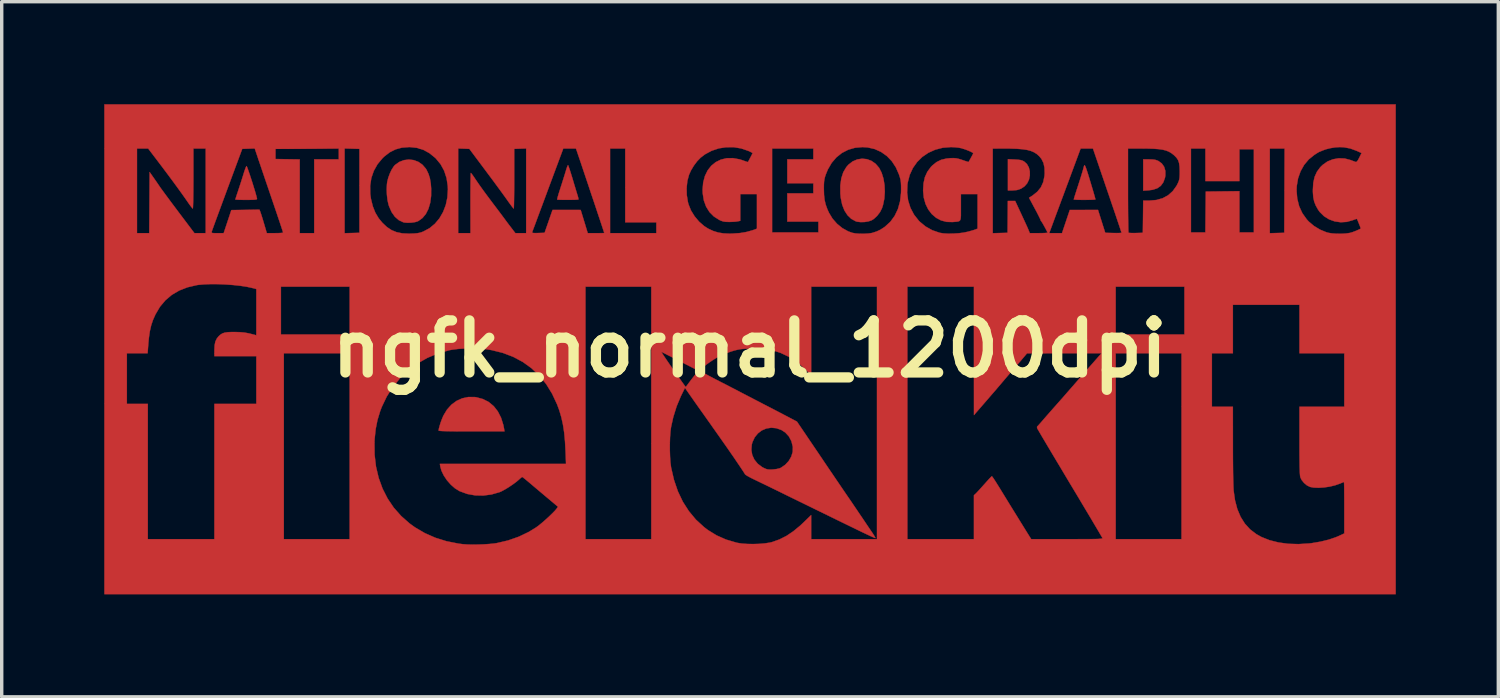
<source format=kicad_pcb>
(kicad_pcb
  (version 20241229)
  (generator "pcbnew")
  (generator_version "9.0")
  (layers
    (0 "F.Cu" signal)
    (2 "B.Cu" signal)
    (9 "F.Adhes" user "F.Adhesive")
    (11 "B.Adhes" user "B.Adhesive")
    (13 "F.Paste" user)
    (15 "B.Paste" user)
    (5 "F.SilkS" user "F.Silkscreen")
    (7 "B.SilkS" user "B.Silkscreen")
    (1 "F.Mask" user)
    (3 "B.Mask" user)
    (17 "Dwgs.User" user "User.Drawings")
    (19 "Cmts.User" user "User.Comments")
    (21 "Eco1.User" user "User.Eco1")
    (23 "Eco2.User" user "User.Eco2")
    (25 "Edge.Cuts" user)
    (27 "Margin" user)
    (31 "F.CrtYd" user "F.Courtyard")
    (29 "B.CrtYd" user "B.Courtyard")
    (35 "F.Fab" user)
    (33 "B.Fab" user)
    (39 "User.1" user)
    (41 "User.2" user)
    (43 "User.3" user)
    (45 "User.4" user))
  (footprint "ngfk_normal_1200dpi"
    (layer "F.Cu")
    (at 18.886 7.159)
    (property "Reference" "ngfk_normal_1200dpi" (at 0 0 0) (layer "F.SilkS") (effects (font (size 1.524 1.524) (thickness 0.3))))
    (attr through_hole)
    (fp_poly (pts (xy 11.792 -5.543) (xy 11.867 -5.533) (xy 11.929 -5.512) (xy 11.96 -5.498) (xy 12.059 -5.426) (xy 12.128 -5.328) (xy 12.163 -5.208) (xy 12.163 -5.072) (xy 12.152 -5.008) (xy 12.104 -4.875) (xy 12.03 -4.773) (xy 11.927 -4.7) (xy 11.793 -4.656) (xy 11.67 -4.64) (xy 11.515 -4.63) (xy 11.515 -5.546) (xy 11.69 -5.546) (xy 11.792 -5.543)) (stroke (width 0.01) (type solid)) (fill yes) (layer "F.Cu"))
    (fp_poly (pts (xy 7.753 -5.542) (xy 7.857 -5.535) (xy 7.931 -5.525) (xy 7.986 -5.507) (xy 8.029 -5.485) (xy 8.112 -5.41) (xy 8.168 -5.311) (xy 8.197 -5.197) (xy 8.198 -5.075) (xy 8.173 -4.955) (xy 8.12 -4.845) (xy 8.042 -4.756) (xy 7.939 -4.687) (xy 7.821 -4.648) (xy 7.678 -4.636) (xy 7.676 -4.636) (xy 7.556 -4.636) (xy 7.556 -5.551) (xy 7.753 -5.542)) (stroke (width 0.01) (type solid)) (fill yes) (layer "F.Cu"))
    (fp_poly (pts (xy -8.045 1.409) (xy -7.996 1.416) (xy -7.804 1.468) (xy -7.636 1.554) (xy -7.49 1.675) (xy -7.37 1.828) (xy -7.275 2.013) (xy -7.208 2.227) (xy -7.187 2.334) (xy -7.174 2.413) (xy -8.138 2.413) (xy -8.386 2.413) (xy -8.595 2.412) (xy -8.764 2.41) (xy -8.897 2.407) (xy -8.996 2.404) (xy -9.061 2.399) (xy -9.095 2.394) (xy -9.102 2.39) (xy -9.094 2.333) (xy -9.072 2.251) (xy -9.042 2.153) (xy -9.005 2.054) (xy -8.967 1.964) (xy -8.963 1.954) (xy -8.858 1.779) (xy -8.729 1.634) (xy -8.58 1.523) (xy -8.413 1.447) (xy -8.234 1.408) (xy -8.045 1.409)) (stroke (width 0.01) (type solid)) (fill yes) (layer "F.Cu"))
    (fp_poly (pts (xy -14.711 -5.332) (xy -14.691 -5.28) (xy -14.663 -5.201) (xy -14.629 -5.102) (xy -14.592 -4.989) (xy -14.553 -4.869) (xy -14.516 -4.749) (xy -14.481 -4.636) (xy -14.452 -4.536) (xy -14.43 -4.456) (xy -14.417 -4.402) (xy -14.415 -4.387) (xy -14.426 -4.376) (xy -14.461 -4.368) (xy -14.526 -4.363) (xy -14.624 -4.361) (xy -14.732 -4.36) (xy -14.842 -4.361) (xy -14.936 -4.363) (xy -15.006 -4.366) (xy -15.044 -4.37) (xy -15.05 -4.372) (xy -15.043 -4.396) (xy -15.026 -4.451) (xy -15 -4.53) (xy -14.968 -4.625) (xy -14.966 -4.632) (xy -14.924 -4.759) (xy -14.878 -4.901) (xy -14.835 -5.038) (xy -14.812 -5.112) (xy -14.783 -5.204) (xy -14.756 -5.28) (xy -14.734 -5.332) (xy -14.721 -5.35) (xy -14.711 -5.332)) (stroke (width 0.01) (type solid)) (fill yes) (layer "F.Cu"))
    (fp_poly (pts (xy 3.43 -5.552) (xy 3.564 -5.502) (xy 3.685 -5.417) (xy 3.788 -5.297) (xy 3.789 -5.296) (xy 3.862 -5.152) (xy 3.915 -4.981) (xy 3.946 -4.791) (xy 3.954 -4.593) (xy 3.94 -4.395) (xy 3.901 -4.208) (xy 3.873 -4.12) (xy 3.815 -4.005) (xy 3.733 -3.897) (xy 3.638 -3.808) (xy 3.569 -3.763) (xy 3.478 -3.732) (xy 3.365 -3.713) (xy 3.247 -3.71) (xy 3.143 -3.722) (xy 3.106 -3.733) (xy 2.973 -3.805) (xy 2.862 -3.912) (xy 2.772 -4.051) (xy 2.706 -4.222) (xy 2.665 -4.421) (xy 2.653 -4.546) (xy 2.652 -4.784) (xy 2.682 -4.993) (xy 2.74 -5.171) (xy 2.829 -5.321) (xy 2.889 -5.39) (xy 3.013 -5.486) (xy 3.148 -5.544) (xy 3.289 -5.566) (xy 3.43 -5.552)) (stroke (width 0.01) (type solid)) (fill yes) (layer "F.Cu"))
    (fp_poly (pts (xy 9.814 -5.357) (xy 9.836 -5.306) (xy 9.863 -5.229) (xy 9.893 -5.138) (xy 9.934 -5.004) (xy 9.975 -4.868) (xy 10.014 -4.737) (xy 10.05 -4.617) (xy 10.08 -4.514) (xy 10.102 -4.435) (xy 10.115 -4.387) (xy 10.118 -4.374) (xy 10.098 -4.369) (xy 10.043 -4.365) (xy 9.96 -4.362) (xy 9.857 -4.361) (xy 9.8 -4.36) (xy 9.69 -4.361) (xy 9.596 -4.363) (xy 9.526 -4.367) (xy 9.488 -4.371) (xy 9.483 -4.373) (xy 9.489 -4.396) (xy 9.506 -4.454) (xy 9.533 -4.539) (xy 9.567 -4.646) (xy 9.607 -4.769) (xy 9.619 -4.806) (xy 9.661 -4.937) (xy 9.699 -5.059) (xy 9.731 -5.164) (xy 9.755 -5.245) (xy 9.768 -5.295) (xy 9.77 -5.301) (xy 9.783 -5.35) (xy 9.799 -5.375) (xy 9.801 -5.376) (xy 9.814 -5.357)) (stroke (width 0.01) (type solid)) (fill yes) (layer "F.Cu"))
    (fp_poly (pts (xy -9.83 -5.524) (xy -9.696 -5.474) (xy -9.576 -5.39) (xy -9.477 -5.276) (xy -9.453 -5.236) (xy -9.397 -5.118) (xy -9.357 -4.991) (xy -9.332 -4.844) (xy -9.32 -4.697) (xy -9.321 -4.476) (xy -9.348 -4.275) (xy -9.4 -4.098) (xy -9.476 -3.948) (xy -9.575 -3.829) (xy -9.694 -3.743) (xy -9.712 -3.734) (xy -9.79 -3.71) (xy -9.892 -3.695) (xy -10 -3.69) (xy -10.097 -3.697) (xy -10.137 -3.706) (xy -10.268 -3.768) (xy -10.382 -3.868) (xy -10.477 -4.003) (xy -10.552 -4.174) (xy -10.57 -4.231) (xy -10.598 -4.359) (xy -10.615 -4.512) (xy -10.621 -4.67) (xy -10.614 -4.818) (xy -10.606 -4.883) (xy -10.577 -5.001) (xy -10.533 -5.123) (xy -10.48 -5.237) (xy -10.422 -5.33) (xy -10.38 -5.38) (xy -10.254 -5.47) (xy -10.116 -5.523) (xy -9.972 -5.541) (xy -9.83 -5.524)) (stroke (width 0.01) (type solid)) (fill yes) (layer "F.Cu"))
    (fp_poly (pts (xy -5.305 -5.357) (xy -5.286 -5.303) (xy -5.258 -5.22) (xy -5.225 -5.115) (xy -5.187 -4.993) (xy -5.177 -4.958) (xy -5.138 -4.827) (xy -5.101 -4.704) (xy -5.069 -4.598) (xy -5.044 -4.516) (xy -5.028 -4.466) (xy -5.027 -4.462) (xy -5.013 -4.409) (xy -5.01 -4.375) (xy -5.012 -4.372) (xy -5.036 -4.368) (xy -5.093 -4.364) (xy -5.174 -4.362) (xy -5.269 -4.361) (xy -5.369 -4.361) (xy -5.465 -4.361) (xy -5.547 -4.363) (xy -5.606 -4.366) (xy -5.633 -4.37) (xy -5.633 -4.37) (xy -5.63 -4.392) (xy -5.616 -4.448) (xy -5.592 -4.531) (xy -5.56 -4.633) (xy -5.531 -4.725) (xy -5.49 -4.852) (xy -5.45 -4.979) (xy -5.414 -5.094) (xy -5.386 -5.185) (xy -5.375 -5.223) (xy -5.352 -5.296) (xy -5.331 -5.35) (xy -5.317 -5.376) (xy -5.315 -5.376) (xy -5.305 -5.357)) (stroke (width 0.01) (type solid)) (fill yes) (layer "F.Cu"))
    (fp_poly (pts (xy 18.902 7.176) (xy -18.881 7.176) (xy -18.881 0.127) (xy -18.224 0.127) (xy -18.224 1.609) (xy -17.611 1.609) (xy -17.611 5.567) (xy -15.663 5.567) (xy -15.663 1.609) (xy -14.436 1.609) (xy -14.436 0.212) (xy -15.663 0.212) (xy -15.663 0.127) (xy -13.631 0.127) (xy -13.631 5.567) (xy -11.705 5.567) (xy -11.705 2.733) (xy -10.979 2.733) (xy -10.975 3.097) (xy -10.934 3.445) (xy -10.856 3.775) (xy -10.743 4.087) (xy -10.595 4.378) (xy -10.414 4.646) (xy -10.199 4.889) (xy -9.952 5.107) (xy -9.794 5.221) (xy -9.504 5.391) (xy -9.198 5.526) (xy -8.871 5.628) (xy -8.519 5.698) (xy -8.391 5.714) (xy -8.269 5.723) (xy -8.118 5.727) (xy -7.95 5.725) (xy -7.779 5.719) (xy -7.616 5.708) (xy -7.475 5.694) (xy -7.403 5.683) (xy -7.072 5.606) (xy -6.755 5.495) (xy -6.461 5.354) (xy -6.25 5.224) (xy -6.171 5.166) (xy -6.077 5.089) (xy -5.976 5.001) (xy -5.875 4.909) (xy -5.783 4.82) (xy -5.706 4.742) (xy -5.655 4.682) (xy -5.649 4.675) (xy -5.609 4.619) (xy -5.858 4.41) (xy -5.969 4.317) (xy -6.097 4.209) (xy -6.23 4.097) (xy -6.351 3.995) (xy -6.375 3.974) (xy -6.465 3.898) (xy -6.543 3.833) (xy -6.605 3.783) (xy -6.645 3.753) (xy -6.657 3.747) (xy -6.678 3.76) (xy -6.719 3.794) (xy -6.748 3.822) (xy -6.827 3.889) (xy -6.93 3.965) (xy -7.044 4.042) (xy -7.157 4.111) (xy -7.259 4.166) (xy -7.316 4.191) (xy -7.553 4.259) (xy -7.794 4.291) (xy -8.033 4.286) (xy -8.265 4.244) (xy -8.481 4.165) (xy -8.498 4.157) (xy -8.625 4.078) (xy -8.747 3.97) (xy -8.859 3.842) (xy -8.952 3.703) (xy -9.019 3.563) (xy -9.052 3.445) (xy -9.065 3.365) (xy -5.374 3.365) (xy -5.387 3.011) (xy -5.403 2.715) (xy -5.427 2.453) (xy -5.463 2.217) (xy -5.511 2) (xy -5.572 1.794) (xy -5.635 1.624) (xy -5.781 1.311) (xy -5.954 1.03) (xy -6.155 0.782) (xy -6.383 0.566) (xy -6.637 0.383) (xy -6.917 0.233) (xy -7.222 0.117) (xy -7.553 0.035) (xy -7.726 0.007) (xy -7.909 -0.01) (xy -8.111 -0.017) (xy -8.321 -0.013) (xy -8.524 0.000249) (xy -8.707 0.023) (xy -8.795 0.04) (xy -9.123 0.133) (xy -9.433 0.263) (xy -9.722 0.428) (xy -9.987 0.625) (xy -10.227 0.853) (xy -10.438 1.11) (xy -10.618 1.392) (xy -10.765 1.698) (xy -10.814 1.827) (xy -10.891 2.082) (xy -10.943 2.343) (xy -10.973 2.624) (xy -10.979 2.733) (xy -11.705 2.733) (xy -11.705 0.127) (xy -13.631 0.127) (xy -15.663 0.127) (xy -15.663 0.031) (xy -15.656 -0.107) (xy -15.634 -0.215) (xy -15.592 -0.303) (xy -15.541 -0.367) (xy -15.486 -0.417) (xy -15.428 -0.453) (xy -15.359 -0.476) (xy -15.27 -0.489) (xy -15.152 -0.494) (xy -15.071 -0.494) (xy -14.915 -0.49) (xy -14.782 -0.478) (xy -14.651 -0.454) (xy -14.504 -0.417) (xy -14.483 -0.411) (xy -14.436 -0.397) (xy -14.436 -1.751) (xy -14.568 -1.786) (xy -14.724 -1.82) (xy -14.728 -1.82) (xy -13.716 -1.82) (xy -13.716 -0.423) (xy -11.705 -0.423) (xy -11.705 -1.82) (xy -4.805 -1.82) (xy -4.805 5.567) (xy -2.879 5.567) (xy -2.879 2.962) (xy -2.336 2.962) (xy -2.33 3.147) (xy -2.319 3.316) (xy -2.301 3.456) (xy -2.299 3.471) (xy -2.215 3.833) (xy -2.101 4.167) (xy -1.956 4.472) (xy -1.779 4.748) (xy -1.573 4.996) (xy -1.335 5.214) (xy -1.218 5.303) (xy -0.967 5.457) (xy -0.694 5.578) (xy -0.394 5.667) (xy -0.36 5.675) (xy -0.228 5.696) (xy -0.07 5.707) (xy 0.102 5.71) (xy 0.277 5.705) (xy 0.442 5.691) (xy 0.584 5.669) (xy 0.654 5.653) (xy 0.87 5.576) (xy 1.076 5.472) (xy 1.278 5.336) (xy 1.484 5.166) (xy 1.58 5.075) (xy 1.799 4.862) (xy 1.799 5.567) (xy 3.725 5.567) (xy 3.725 -1.82) (xy 4.614 -1.82) (xy 4.614 5.567) (xy 6.562 5.567) (xy 6.562 4.283) (xy 6.617 4.232) (xy 6.651 4.197) (xy 6.706 4.138) (xy 6.775 4.062) (xy 6.851 3.977) (xy 6.873 3.953) (xy 6.945 3.872) (xy 7.008 3.803) (xy 7.056 3.753) (xy 7.083 3.728) (xy 7.087 3.725) (xy 7.102 3.743) (xy 7.136 3.791) (xy 7.184 3.864) (xy 7.243 3.958) (xy 7.311 4.067) (xy 7.332 4.101) (xy 7.459 4.308) (xy 7.586 4.515) (xy 7.71 4.716) (xy 7.827 4.905) (xy 7.933 5.077) (xy 8.026 5.227) (xy 8.101 5.348) (xy 8.122 5.382) (xy 8.238 5.567) (xy 9.286 5.567) (xy 9.524 5.567) (xy 9.723 5.566) (xy 9.886 5.566) (xy 10.017 5.565) (xy 10.12 5.563) (xy 10.197 5.561) (xy 10.252 5.557) (xy 10.289 5.553) (xy 10.31 5.548) (xy 10.32 5.542) (xy 10.321 5.534) (xy 10.32 5.531) (xy 10.307 5.507) (xy 10.274 5.451) (xy 10.223 5.363) (xy 10.154 5.247) (xy 10.07 5.105) (xy 9.973 4.941) (xy 9.863 4.757) (xy 9.742 4.555) (xy 9.613 4.338) (xy 9.476 4.11) (xy 9.366 3.927) (xy 9.225 3.691) (xy 9.09 3.464) (xy 8.962 3.251) (xy 8.844 3.053) (xy 8.736 2.872) (xy 8.642 2.713) (xy 8.561 2.577) (xy 8.496 2.466) (xy 8.449 2.385) (xy 8.42 2.336) (xy 8.412 2.32) (xy 8.408 2.282) (xy 8.416 2.268) (xy 8.438 2.247) (xy 8.479 2.201) (xy 8.534 2.139) (xy 8.562 2.106) (xy 8.621 2.038) (xy 8.699 1.948) (xy 8.79 1.845) (xy 8.883 1.739) (xy 8.933 1.683) (xy 9.031 1.572) (xy 9.151 1.437) (xy 9.284 1.284) (xy 9.426 1.122) (xy 9.57 0.957) (xy 9.709 0.797) (xy 9.836 0.65) (xy 9.84 0.645) (xy 9.877 0.603) (xy 9.933 0.538) (xy 10.001 0.461) (xy 10.053 0.402) (xy 10.121 0.324) (xy 10.183 0.254) (xy 10.23 0.2) (xy 10.253 0.175) (xy 10.294 0.127) (xy 10.71 0.127) (xy 10.71 5.567) (xy 12.636 5.567) (xy 12.636 0.127) (xy 13.525 0.127) (xy 13.525 1.693) (xy 14.139 1.693) (xy 14.14 2.799) (xy 14.14 3.021) (xy 14.141 3.237) (xy 14.143 3.442) (xy 14.145 3.631) (xy 14.148 3.8) (xy 14.152 3.942) (xy 14.156 4.053) (xy 14.16 4.129) (xy 14.16 4.139) (xy 14.201 4.429) (xy 14.269 4.687) (xy 14.365 4.914) (xy 14.489 5.112) (xy 14.642 5.28) (xy 14.825 5.42) (xy 14.977 5.505) (xy 15.212 5.598) (xy 15.474 5.664) (xy 15.758 5.703) (xy 16.059 5.712) (xy 16.37 5.693) (xy 16.451 5.683) (xy 16.705 5.64) (xy 16.943 5.582) (xy 17.154 5.51) (xy 17.241 5.473) (xy 17.399 5.4) (xy 17.399 4.647) (xy 17.399 4.474) (xy 17.398 4.314) (xy 17.397 4.173) (xy 17.396 4.056) (xy 17.394 3.968) (xy 17.392 3.912) (xy 17.39 3.895) (xy 17.367 3.902) (xy 17.318 3.922) (xy 17.279 3.939) (xy 17.134 3.99) (xy 16.973 4.029) (xy 16.806 4.054) (xy 16.645 4.064) (xy 16.501 4.058) (xy 16.396 4.038) (xy 16.307 3.994) (xy 16.22 3.921) (xy 16.15 3.834) (xy 16.113 3.755) (xy 16.106 3.719) (xy 16.1 3.657) (xy 16.096 3.569) (xy 16.092 3.45) (xy 16.09 3.299) (xy 16.088 3.112) (xy 16.087 2.888) (xy 16.087 2.68) (xy 16.087 1.693) (xy 17.399 1.693) (xy 17.399 0.127) (xy 16.087 0.127) (xy 16.087 -1.291) (xy 14.139 -1.291) (xy 14.139 0.127) (xy 13.525 0.127) (xy 12.636 0.127) (xy 10.71 0.127) (xy 10.294 0.127) (xy 8.117 0.128) (xy 7.934 0.344) (xy 7.862 0.428) (xy 7.797 0.504) (xy 7.746 0.564) (xy 7.714 0.6) (xy 7.711 0.603) (xy 7.683 0.634) (xy 7.634 0.691) (xy 7.571 0.765) (xy 7.498 0.85) (xy 7.474 0.878) (xy 7.398 0.968) (xy 7.327 1.052) (xy 7.268 1.121) (xy 7.227 1.169) (xy 7.221 1.177) (xy 7.187 1.216) (xy 7.129 1.283) (xy 7.049 1.375) (xy 6.952 1.488) (xy 6.84 1.617) (xy 6.716 1.76) (xy 6.618 1.873) (xy 6.563 1.937) (xy 6.562 0.058) (xy 6.562 -1.82) (xy 10.71 -1.82) (xy 10.71 -0.423) (xy 12.721 -0.423) (xy 12.721 -1.82) (xy 10.71 -1.82) (xy 6.562 -1.82) (xy 4.614 -1.82) (xy 3.725 -1.82) (xy 1.799 -1.82) (xy 1.799 0.768) (xy 1.632 0.599) (xy 1.409 0.401) (xy 1.169 0.241) (xy 0.909 0.118) (xy 0.667 0.039) (xy 0.588 0.02) (xy 0.516 0.007) (xy 0.44 -0.002) (xy 0.351 -0.007) (xy 0.238 -0.009) (xy 0.116 -0.009) (xy -0.023 -0.008) (xy -0.131 -0.004) (xy -0.217 0.002) (xy -0.293 0.012) (xy -0.367 0.027) (xy -0.452 0.048) (xy -0.455 0.049) (xy -0.57 0.085) (xy -0.701 0.134) (xy -0.827 0.187) (xy -0.879 0.211) (xy -0.969 0.26) (xy -1.067 0.32) (xy -1.166 0.386) (xy -1.26 0.453) (xy -1.342 0.517) (xy -1.405 0.572) (xy -1.442 0.614) (xy -1.45 0.631) (xy -1.432 0.648) (xy -1.381 0.681) (xy -1.303 0.727) (xy -1.202 0.783) (xy -1.084 0.845) (xy -0.995 0.892) (xy -0.847 0.968) (xy -0.692 1.047) (xy -0.542 1.125) (xy -0.405 1.195) (xy -0.293 1.254) (xy -0.265 1.269) (xy -0.161 1.323) (xy -0.03 1.391) (xy 0.117 1.468) (xy 0.271 1.547) (xy 0.42 1.625) (xy 0.455 1.643) (xy 0.599 1.717) (xy 0.747 1.794) (xy 0.889 1.868) (xy 1.015 1.934) (xy 1.117 1.987) (xy 1.141 2) (xy 1.383 2.127) (xy 1.656 2.529) (xy 1.751 2.67) (xy 1.862 2.834) (xy 1.981 3.009) (xy 2.098 3.182) (xy 2.206 3.343) (xy 2.236 3.387) (xy 2.331 3.528) (xy 2.43 3.673) (xy 2.526 3.815) (xy 2.613 3.943) (xy 2.686 4.05) (xy 2.717 4.096) (xy 2.779 4.187) (xy 2.859 4.304) (xy 2.952 4.439) (xy 3.05 4.584) (xy 3.149 4.73) (xy 3.206 4.815) (xy 3.296 4.947) (xy 3.382 5.075) (xy 3.46 5.191) (xy 3.527 5.29) (xy 3.578 5.365) (xy 3.605 5.404) (xy 3.644 5.466) (xy 3.671 5.513) (xy 3.679 5.536) (xy 3.678 5.536) (xy 3.658 5.53) (xy 3.604 5.507) (xy 3.521 5.47) (xy 3.415 5.42) (xy 3.29 5.361) (xy 3.15 5.293) (xy 3.099 5.268) (xy 2.821 5.133) (xy 2.576 5.014) (xy 2.358 4.907) (xy 2.162 4.811) (xy 1.981 4.723) (xy 1.81 4.639) (xy 1.645 4.558) (xy 1.478 4.477) (xy 1.305 4.392) (xy 1.12 4.302) (xy 1.037 4.261) (xy 0.867 4.177) (xy 0.698 4.095) (xy 0.537 4.016) (xy 0.39 3.945) (xy 0.263 3.884) (xy 0.164 3.836) (xy 0.112 3.811) (xy 0.02 3.765) (xy -0.057 3.723) (xy -0.112 3.689) (xy -0.137 3.667) (xy -0.137 3.667) (xy -0.152 3.64) (xy -0.188 3.584) (xy -0.241 3.504) (xy -0.308 3.404) (xy -0.385 3.291) (xy -0.468 3.168) (xy -0.555 3.043) (xy -0.615 2.955) (xy 0.049 2.955) (xy 0.075 3.104) (xy 0.138 3.241) (xy 0.236 3.361) (xy 0.366 3.459) (xy 0.413 3.484) (xy 0.476 3.512) (xy 0.532 3.527) (xy 0.6 3.531) (xy 0.677 3.528) (xy 0.789 3.515) (xy 0.879 3.493) (xy 0.912 3.479) (xy 1.039 3.392) (xy 1.143 3.28) (xy 1.217 3.152) (xy 1.259 3.014) (xy 1.263 2.874) (xy 1.262 2.863) (xy 1.221 2.7) (xy 1.147 2.56) (xy 1.042 2.446) (xy 0.928 2.372) (xy 0.779 2.32) (xy 0.631 2.306) (xy 0.487 2.329) (xy 0.355 2.385) (xy 0.24 2.473) (xy 0.146 2.589) (xy 0.08 2.731) (xy 0.062 2.799) (xy 0.049 2.955) (xy -0.615 2.955) (xy -0.641 2.918) (xy -0.723 2.801) (xy -0.741 2.776) (xy -0.794 2.7) (xy -0.864 2.6) (xy -0.944 2.487) (xy -1.026 2.37) (xy -1.069 2.31) (xy -1.15 2.194) (xy -1.235 2.075) (xy -1.314 1.963) (xy -1.381 1.869) (xy -1.408 1.831) (xy -1.469 1.745) (xy -1.546 1.636) (xy -1.628 1.52) (xy -1.706 1.408) (xy -1.714 1.397) (xy -1.894 1.14) (xy -2.014 1.385) (xy -2.137 1.679) (xy -2.236 1.997) (xy -2.3 2.286) (xy -2.318 2.421) (xy -2.33 2.587) (xy -2.336 2.771) (xy -2.336 2.962) (xy -2.879 2.962) (xy -2.879 0.088) (xy -2.583 0.088) (xy -2.576 0.103) (xy -2.548 0.148) (xy -2.501 0.219) (xy -2.438 0.313) (xy -2.362 0.424) (xy -2.275 0.55) (xy -2.239 0.6) (xy -2.148 0.73) (xy -2.064 0.848) (xy -1.992 0.95) (xy -1.934 1.03) (xy -1.893 1.087) (xy -1.873 1.114) (xy -1.871 1.115) (xy -1.857 1.098) (xy -1.824 1.054) (xy -1.777 0.991) (xy -1.74 0.942) (xy -1.678 0.861) (xy -1.618 0.785) (xy -1.57 0.727) (xy -1.552 0.708) (xy -1.491 0.643) (xy -2.026 0.369) (xy -2.165 0.298) (xy -2.292 0.233) (xy -2.402 0.178) (xy -2.49 0.133) (xy -2.552 0.103) (xy -2.581 0.089) (xy -2.583 0.088) (xy -2.879 0.088) (xy -2.879 -1.82) (xy -4.805 -1.82) (xy -11.705 -1.82) (xy -13.716 -1.82) (xy -14.728 -1.82) (xy -14.912 -1.848) (xy -15.121 -1.87) (xy -15.341 -1.886) (xy -15.562 -1.895) (xy -15.775 -1.896) (xy -15.969 -1.888) (xy -16.135 -1.873) (xy -16.18 -1.866) (xy -16.452 -1.802) (xy -16.695 -1.707) (xy -16.91 -1.58) (xy -17.097 -1.422) (xy -17.256 -1.232) (xy -17.387 -1.01) (xy -17.389 -1.005) (xy -17.459 -0.848) (xy -17.512 -0.69) (xy -17.551 -0.52) (xy -17.579 -0.327) (xy -17.594 -0.175) (xy -17.617 0.127) (xy -18.224 0.127) (xy -18.881 0.127) (xy -18.881 -3.385) (xy -11.853 -3.385) (xy -11.636 -3.391) (xy -11.419 -3.397) (xy -11.419 -4.772) (xy -11.105 -4.772) (xy -11.102 -4.534) (xy -11.081 -4.388) (xy -11.027 -4.171) (xy -10.953 -3.985) (xy -10.855 -3.821) (xy -10.746 -3.689) (xy -10.614 -3.565) (xy -10.478 -3.475) (xy -10.331 -3.415) (xy -10.164 -3.381) (xy -9.97 -3.372) (xy -9.927 -3.373) (xy -9.812 -3.377) (xy -9.726 -3.385) (xy -9.715 -3.387) (xy -8.53 -3.387) (xy -8.169 -3.387) (xy -8.171 -4.27) (xy -8.171 -4.459) (xy -8.17 -4.634) (xy -8.169 -4.79) (xy -8.167 -4.924) (xy -8.165 -5.03) (xy -8.163 -5.106) (xy -8.16 -5.145) (xy -8.158 -5.15) (xy -8.142 -5.132) (xy -8.107 -5.086) (xy -8.061 -5.02) (xy -8.028 -4.97) (xy -7.97 -4.885) (xy -7.908 -4.795) (xy -7.838 -4.697) (xy -7.756 -4.584) (xy -7.659 -4.453) (xy -7.543 -4.298) (xy -7.419 -4.134) (xy -7.342 -4.032) (xy -7.272 -3.939) (xy -7.215 -3.862) (xy -7.173 -3.806) (xy -7.154 -3.78) (xy -7.128 -3.744) (xy -7.083 -3.684) (xy -7.027 -3.61) (xy -6.989 -3.561) (xy -6.856 -3.387) (xy -6.54 -3.387) (xy -6.54 -3.412) (xy -6.366 -3.412) (xy -6.362 -3.399) (xy -6.333 -3.392) (xy -6.274 -3.389) (xy -6.189 -3.391) (xy -6.001 -3.397) (xy -5.768 -4.067) (xy -5.357 -4.067) (xy -4.945 -4.066) (xy -4.875 -3.837) (xy -4.843 -3.732) (xy -4.811 -3.628) (xy -4.785 -3.541) (xy -4.772 -3.498) (xy -4.738 -3.387) (xy -4.496 -3.387) (xy -4.401 -3.387) (xy -4.323 -3.388) (xy -4.272 -3.39) (xy -4.255 -3.392) (xy -4.261 -3.413) (xy -4.28 -3.469) (xy -4.309 -3.557) (xy -4.347 -3.672) (xy -4.393 -3.811) (xy -4.446 -3.968) (xy -4.503 -4.14) (xy -4.564 -4.323) (xy -4.628 -4.511) (xy -4.691 -4.701) (xy -4.754 -4.889) (xy -4.815 -5.071) (xy -4.872 -5.241) (xy -4.924 -5.396) (xy -4.97 -5.532) (xy -5.008 -5.644) (xy -5.037 -5.729) (xy -5.054 -5.781) (xy -5.059 -5.794) (xy -5.084 -5.863) (xy -4.085 -5.863) (xy -4.085 -3.387) (xy -2.731 -3.387) (xy -2.731 -3.704) (xy -3.641 -3.704) (xy -3.641 -4.714) (xy -1.845 -4.714) (xy -1.841 -4.506) (xy -1.809 -4.305) (xy -1.791 -4.234) (xy -1.718 -4.052) (xy -1.611 -3.879) (xy -1.479 -3.722) (xy -1.329 -3.592) (xy -1.213 -3.518) (xy -1.066 -3.45) (xy -0.921 -3.405) (xy -0.767 -3.38) (xy -0.59 -3.372) (xy -0.508 -3.374) (xy -0.287 -3.389) (xy -0.106 -3.419) (xy -0.074 -3.427) (xy 0.013 -3.451) (xy 0.092 -3.474) (xy 0.146 -3.492) (xy 0.153 -3.495) (xy 0.212 -3.519) (xy 0.212 -4.53) (xy -0.275 -4.53) (xy -0.275 -3.748) (xy -0.355 -3.732) (xy -0.415 -3.723) (xy -0.5 -3.718) (xy -0.593 -3.715) (xy -0.603 -3.715) (xy -0.701 -3.718) (xy -0.775 -3.729) (xy -0.841 -3.752) (xy -0.889 -3.774) (xy -1.048 -3.875) (xy -1.177 -4.005) (xy -1.275 -4.163) (xy -1.341 -4.345) (xy -1.374 -4.551) (xy -1.378 -4.658) (xy -1.36 -4.87) (xy -1.309 -5.06) (xy -1.23 -5.223) (xy -1.123 -5.359) (xy -0.993 -5.465) (xy -0.842 -5.539) (xy -0.674 -5.579) (xy -0.491 -5.582) (xy -0.296 -5.547) (xy -0.202 -5.517) (xy -0.131 -5.491) (xy -0.077 -5.474) (xy -0.052 -5.467) (xy -0.052 -5.467) (xy -0.035 -5.495) (xy -0.008 -5.545) (xy 0.024 -5.606) (xy 0.054 -5.664) (xy 0.076 -5.709) (xy 0.085 -5.728) (xy 0.067 -5.742) (xy 0.022 -5.766) (xy -0.026 -5.789) (xy -0.236 -5.863) (xy 0.656 -5.863) (xy 0.656 -3.408) (xy 2.011 -3.408) (xy 2.011 -3.725) (xy 1.101 -3.725) (xy 1.101 -4.551) (xy 1.863 -4.551) (xy 1.863 -4.695) (xy 2.171 -4.695) (xy 2.171 -4.678) (xy 2.176 -4.505) (xy 2.192 -4.359) (xy 2.223 -4.226) (xy 2.272 -4.09) (xy 2.32 -3.984) (xy 2.423 -3.813) (xy 2.556 -3.661) (xy 2.712 -3.534) (xy 2.883 -3.439) (xy 3.004 -3.396) (xy 3.097 -3.379) (xy 3.215 -3.37) (xy 3.343 -3.369) (xy 3.465 -3.376) (xy 3.566 -3.39) (xy 3.588 -3.395) (xy 3.718 -3.437) (xy 3.826 -3.488) (xy 3.933 -3.557) (xy 3.959 -3.576) (xy 4.117 -3.72) (xy 4.243 -3.893) (xy 4.338 -4.092) (xy 4.4 -4.316) (xy 4.429 -4.566) (xy 4.429 -4.572) (xy 4.607 -4.572) (xy 4.636 -4.343) (xy 4.704 -4.127) (xy 4.809 -3.928) (xy 4.95 -3.749) (xy 4.977 -3.722) (xy 5.147 -3.582) (xy 5.343 -3.472) (xy 5.558 -3.398) (xy 5.666 -3.38) (xy 5.803 -3.372) (xy 5.957 -3.374) (xy 6.113 -3.384) (xy 6.123 -3.385) (xy 7.112 -3.385) (xy 7.329 -3.391) (xy 7.546 -3.397) (xy 7.55 -3.863) (xy 7.554 -4.329) (xy 7.769 -4.329) (xy 7.882 -4.085) (xy 7.934 -3.973) (xy 7.988 -3.857) (xy 8.037 -3.751) (xy 8.068 -3.683) (xy 8.107 -3.599) (xy 8.142 -3.52) (xy 8.166 -3.462) (xy 8.169 -3.455) (xy 8.197 -3.387) (xy 8.46 -3.387) (xy 8.765 -3.387) (xy 9.139 -3.387) (xy 9.253 -3.726) (xy 9.367 -4.066) (xy 9.779 -4.066) (xy 10.192 -4.067) (xy 10.241 -3.912) (xy 10.272 -3.814) (xy 10.309 -3.698) (xy 10.343 -3.589) (xy 10.347 -3.577) (xy 10.404 -3.397) (xy 10.642 -3.391) (xy 10.736 -3.39) (xy 10.813 -3.391) (xy 10.864 -3.395) (xy 10.88 -3.4) (xy 10.873 -3.423) (xy 10.854 -3.481) (xy 10.825 -3.569) (xy 10.787 -3.682) (xy 10.742 -3.816) (xy 10.692 -3.965) (xy 10.666 -4.041) (xy 10.599 -4.236) (xy 10.525 -4.456) (xy 10.462 -4.639) (xy 11.07 -4.639) (xy 11.07 -4.415) (xy 11.071 -4.204) (xy 11.072 -4.01) (xy 11.074 -3.835) (xy 11.076 -3.685) (xy 11.078 -3.562) (xy 11.08 -3.472) (xy 11.083 -3.416) (xy 11.085 -3.4) (xy 11.111 -3.394) (xy 11.17 -3.391) (xy 11.251 -3.39) (xy 11.302 -3.391) (xy 11.504 -3.397) (xy 11.51 -3.868) (xy 11.515 -4.339) (xy 11.693 -4.339) (xy 11.901 -4.357) (xy 12.085 -4.409) (xy 12.245 -4.496) (xy 12.38 -4.617) (xy 12.49 -4.771) (xy 12.527 -4.842) (xy 12.553 -4.902) (xy 12.569 -4.955) (xy 12.579 -5.016) (xy 12.583 -5.095) (xy 12.584 -5.196) (xy 12.579 -5.334) (xy 12.564 -5.441) (xy 12.535 -5.525) (xy 12.488 -5.596) (xy 12.419 -5.666) (xy 12.415 -5.669) (xy 12.344 -5.725) (xy 12.269 -5.77) (xy 12.185 -5.804) (xy 12.086 -5.829) (xy 11.965 -5.846) (xy 11.817 -5.857) (xy 11.637 -5.862) (xy 11.499 -5.863) (xy 11.07 -5.863) (xy 12.912 -5.863) (xy 12.912 -3.408) (xy 13.334 -3.408) (xy 13.34 -4.006) (xy 13.346 -4.604) (xy 14.33 -4.615) (xy 14.33 -3.408) (xy 14.753 -3.408) (xy 14.753 -5.842) (xy 14.33 -5.842) (xy 14.33 -4.911) (xy 13.335 -4.911) (xy 13.335 -5.863) (xy 15.219 -5.863) (xy 15.219 -3.385) (xy 15.431 -3.391) (xy 15.643 -3.397) (xy 15.648 -4.63) (xy 15.648 -4.637) (xy 16.002 -4.637) (xy 16.022 -4.397) (xy 16.078 -4.174) (xy 16.171 -3.972) (xy 16.3 -3.791) (xy 16.36 -3.725) (xy 16.514 -3.596) (xy 16.689 -3.49) (xy 16.873 -3.414) (xy 16.938 -3.396) (xy 17.045 -3.379) (xy 17.176 -3.37) (xy 17.316 -3.369) (xy 17.448 -3.377) (xy 17.557 -3.393) (xy 17.575 -3.397) (xy 17.647 -3.419) (xy 17.727 -3.449) (xy 17.803 -3.482) (xy 17.861 -3.51) (xy 17.88 -3.523) (xy 17.875 -3.542) (xy 17.858 -3.589) (xy 17.834 -3.65) (xy 17.808 -3.714) (xy 17.785 -3.769) (xy 17.769 -3.803) (xy 17.768 -3.805) (xy 17.748 -3.802) (xy 17.7 -3.786) (xy 17.65 -3.767) (xy 17.473 -3.717) (xy 17.293 -3.706) (xy 17.119 -3.731) (xy 16.955 -3.79) (xy 16.807 -3.882) (xy 16.682 -4.005) (xy 16.634 -4.071) (xy 16.565 -4.193) (xy 16.518 -4.312) (xy 16.491 -4.441) (xy 16.48 -4.594) (xy 16.48 -4.657) (xy 16.492 -4.86) (xy 16.531 -5.034) (xy 16.599 -5.184) (xy 16.697 -5.317) (xy 16.767 -5.385) (xy 16.907 -5.484) (xy 17.066 -5.548) (xy 17.237 -5.578) (xy 17.412 -5.571) (xy 17.579 -5.527) (xy 17.65 -5.5) (xy 17.709 -5.479) (xy 17.738 -5.469) (xy 17.764 -5.478) (xy 17.798 -5.522) (xy 17.837 -5.595) (xy 17.904 -5.731) (xy 17.763 -5.795) (xy 17.573 -5.865) (xy 17.385 -5.9) (xy 17.266 -5.905) (xy 17.134 -5.897) (xy 16.993 -5.874) (xy 16.861 -5.841) (xy 16.773 -5.809) (xy 16.719 -5.786) (xy 16.682 -5.771) (xy 16.675 -5.77) (xy 16.652 -5.758) (xy 16.603 -5.729) (xy 16.538 -5.687) (xy 16.524 -5.678) (xy 16.36 -5.546) (xy 16.224 -5.384) (xy 16.119 -5.197) (xy 16.046 -4.99) (xy 16.008 -4.767) (xy 16.002 -4.637) (xy 15.648 -4.637) (xy 15.653 -5.863) (xy 15.219 -5.863) (xy 13.335 -5.863) (xy 12.912 -5.863) (xy 11.07 -5.863) (xy 11.07 -4.639) (xy 10.462 -4.639) (xy 10.446 -4.686) (xy 10.369 -4.913) (xy 10.297 -5.123) (xy 10.249 -5.265) (xy 10.045 -5.863) (xy 9.865 -5.863) (xy 9.684 -5.863) (xy 9.474 -5.297) (xy 9.407 -5.117) (xy 9.334 -4.919) (xy 9.258 -4.716) (xy 9.186 -4.52) (xy 9.12 -4.345) (xy 9.087 -4.255) (xy 9.032 -4.107) (xy 8.977 -3.96) (xy 8.926 -3.823) (xy 8.882 -3.704) (xy 8.848 -3.611) (xy 8.837 -3.582) (xy 8.765 -3.387) (xy 8.46 -3.387) (xy 8.56 -3.388) (xy 8.641 -3.391) (xy 8.696 -3.396) (xy 8.717 -3.402) (xy 8.717 -3.403) (xy 8.686 -3.466) (xy 8.646 -3.542) (xy 8.604 -3.618) (xy 8.567 -3.683) (xy 8.54 -3.725) (xy 8.535 -3.731) (xy 8.514 -3.759) (xy 8.514 -3.768) (xy 8.508 -3.785) (xy 8.485 -3.834) (xy 8.448 -3.908) (xy 8.4 -4.002) (xy 8.35 -4.095) (xy 8.175 -4.422) (xy 8.278 -4.488) (xy 8.417 -4.599) (xy 8.521 -4.728) (xy 8.59 -4.881) (xy 8.626 -5.059) (xy 8.632 -5.133) (xy 8.627 -5.301) (xy 8.597 -5.441) (xy 8.538 -5.559) (xy 8.474 -5.637) (xy 8.402 -5.702) (xy 8.322 -5.753) (xy 8.228 -5.793) (xy 8.115 -5.823) (xy 7.979 -5.843) (xy 7.813 -5.856) (xy 7.612 -5.862) (xy 7.509 -5.862) (xy 7.112 -5.863) (xy 7.112 -3.385) (xy 6.123 -3.385) (xy 6.261 -3.403) (xy 6.382 -3.428) (xy 6.469 -3.452) (xy 6.547 -3.475) (xy 6.602 -3.493) (xy 6.609 -3.496) (xy 6.668 -3.519) (xy 6.668 -4.53) (xy 6.181 -4.53) (xy 6.181 -4.141) (xy 6.181 -4) (xy 6.181 -3.895) (xy 6.175 -3.822) (xy 6.163 -3.773) (xy 6.139 -3.744) (xy 6.101 -3.729) (xy 6.045 -3.721) (xy 5.969 -3.715) (xy 5.937 -3.712) (xy 5.763 -3.717) (xy 5.601 -3.759) (xy 5.456 -3.836) (xy 5.33 -3.944) (xy 5.225 -4.081) (xy 5.146 -4.242) (xy 5.095 -4.425) (xy 5.075 -4.627) (xy 5.075 -4.636) (xy 5.087 -4.844) (xy 5.127 -5.025) (xy 5.199 -5.183) (xy 5.303 -5.324) (xy 5.346 -5.368) (xy 5.468 -5.466) (xy 5.603 -5.533) (xy 5.759 -5.57) (xy 5.874 -5.581) (xy 5.967 -5.583) (xy 6.043 -5.577) (xy 6.12 -5.56) (xy 6.216 -5.53) (xy 6.223 -5.527) (xy 6.302 -5.5) (xy 6.364 -5.48) (xy 6.4 -5.469) (xy 6.405 -5.468) (xy 6.462 -5.57) (xy 6.501 -5.641) (xy 6.525 -5.686) (xy 6.537 -5.712) (xy 6.54 -5.724) (xy 6.54 -5.724) (xy 6.522 -5.742) (xy 6.473 -5.769) (xy 6.403 -5.8) (xy 6.321 -5.832) (xy 6.238 -5.86) (xy 6.192 -5.873) (xy 6.108 -5.889) (xy 6.002 -5.9) (xy 5.897 -5.905) (xy 5.885 -5.905) (xy 5.649 -5.886) (xy 5.429 -5.829) (xy 5.229 -5.739) (xy 5.051 -5.618) (xy 4.899 -5.468) (xy 4.775 -5.292) (xy 4.683 -5.092) (xy 4.626 -4.872) (xy 4.617 -4.812) (xy 4.607 -4.572) (xy 4.429 -4.572) (xy 4.431 -4.667) (xy 4.43 -4.784) (xy 4.425 -4.873) (xy 4.415 -4.946) (xy 4.396 -5.019) (xy 4.371 -5.099) (xy 4.279 -5.31) (xy 4.16 -5.492) (xy 4.014 -5.644) (xy 3.846 -5.763) (xy 3.659 -5.848) (xy 3.454 -5.895) (xy 3.301 -5.905) (xy 3.084 -5.886) (xy 2.883 -5.828) (xy 2.7 -5.734) (xy 2.538 -5.605) (xy 2.4 -5.444) (xy 2.288 -5.252) (xy 2.229 -5.108) (xy 2.203 -5.031) (xy 2.187 -4.964) (xy 2.177 -4.894) (xy 2.172 -4.809) (xy 2.171 -4.695) (xy 1.863 -4.695) (xy 1.863 -4.847) (xy 1.101 -4.847) (xy 1.101 -5.546) (xy 1.863 -5.546) (xy 1.863 -5.863) (xy 0.656 -5.863) (xy -0.236 -5.863) (xy -0.238 -5.864) (xy -0.459 -5.901) (xy -0.682 -5.902) (xy -0.902 -5.868) (xy -1.112 -5.798) (xy -1.305 -5.695) (xy -1.434 -5.597) (xy -1.535 -5.493) (xy -1.633 -5.363) (xy -1.717 -5.223) (xy -1.774 -5.097) (xy -1.823 -4.916) (xy -1.845 -4.714) (xy -3.641 -4.714) (xy -3.641 -5.863) (xy -4.085 -5.863) (xy -5.084 -5.863) (xy -5.454 -5.863) (xy -5.905 -4.651) (xy -5.985 -4.435) (xy -6.061 -4.23) (xy -6.132 -4.041) (xy -6.196 -3.869) (xy -6.251 -3.72) (xy -6.297 -3.596) (xy -6.333 -3.501) (xy -6.356 -3.439) (xy -6.366 -3.413) (xy -6.366 -3.412) (xy -6.54 -3.412) (xy -6.54 -5.865) (xy -6.89 -5.853) (xy -6.89 -4.979) (xy -6.89 -4.792) (xy -6.891 -4.618) (xy -6.893 -4.462) (xy -6.895 -4.33) (xy -6.897 -4.224) (xy -6.9 -4.149) (xy -6.904 -4.111) (xy -6.905 -4.106) (xy -6.922 -4.123) (xy -6.958 -4.168) (xy -7.008 -4.235) (xy -7.068 -4.318) (xy -7.085 -4.343) (xy -7.137 -4.416) (xy -7.21 -4.517) (xy -7.3 -4.641) (xy -7.403 -4.781) (xy -7.514 -4.932) (xy -7.63 -5.087) (xy -7.726 -5.216) (xy -8.202 -5.853) (xy -8.366 -5.859) (xy -8.53 -5.865) (xy -8.53 -3.387) (xy -9.715 -3.387) (xy -9.656 -3.398) (xy -9.591 -3.418) (xy -9.546 -3.436) (xy -9.367 -3.532) (xy -9.21 -3.662) (xy -9.077 -3.821) (xy -8.971 -4.005) (xy -8.892 -4.21) (xy -8.845 -4.432) (xy -8.83 -4.667) (xy -8.834 -4.764) (xy -8.869 -4.998) (xy -8.939 -5.212) (xy -9.044 -5.404) (xy -9.181 -5.57) (xy -9.201 -5.59) (xy -9.37 -5.727) (xy -9.546 -5.824) (xy -9.735 -5.883) (xy -9.939 -5.905) (xy -9.969 -5.905) (xy -10.176 -5.889) (xy -10.36 -5.839) (xy -10.53 -5.754) (xy -10.691 -5.63) (xy -10.744 -5.579) (xy -10.889 -5.405) (xy -10.998 -5.211) (xy -11.071 -4.999) (xy -11.105 -4.772) (xy -11.419 -4.772) (xy -11.419 -5.853) (xy -11.636 -5.859) (xy -11.853 -5.865) (xy -11.853 -3.385) (xy -18.881 -3.385) (xy -18.881 -5.863) (xy -17.928 -5.863) (xy -17.928 -3.387) (xy -17.569 -3.387) (xy -17.563 -4.281) (xy -17.558 -5.175) (xy -17.441 -5.008) (xy -17.379 -4.919) (xy -17.316 -4.827) (xy -17.262 -4.748) (xy -17.249 -4.728) (xy -17.218 -4.685) (xy -17.165 -4.613) (xy -17.094 -4.516) (xy -17.008 -4.4) (xy -16.911 -4.269) (xy -16.805 -4.128) (xy -16.71 -4.001) (xy -16.247 -3.387) (xy -15.917 -3.387) (xy -15.917 -3.411) (xy -15.744 -3.411) (xy -15.737 -3.397) (xy -15.71 -3.39) (xy -15.656 -3.387) (xy -15.572 -3.387) (xy -15.391 -3.387) (xy -15.279 -3.724) (xy -15.167 -4.062) (xy -14.756 -4.068) (xy -14.344 -4.075) (xy -14.319 -4.011) (xy -14.304 -3.967) (xy -14.28 -3.893) (xy -14.25 -3.797) (xy -14.218 -3.69) (xy -14.211 -3.667) (xy -14.129 -3.387) (xy -13.891 -3.387) (xy -13.796 -3.388) (xy -13.719 -3.392) (xy -13.669 -3.398) (xy -13.652 -3.405) (xy -13.659 -3.428) (xy -13.678 -3.487) (xy -13.708 -3.578) (xy -13.747 -3.696) (xy -13.795 -3.838) (xy -13.849 -3.999) (xy -13.909 -4.175) (xy -13.951 -4.299) (xy -14.019 -4.499) (xy -14.087 -4.699) (xy -14.154 -4.895) (xy -14.216 -5.078) (xy -14.272 -5.243) (xy -14.319 -5.383) (xy -14.356 -5.491) (xy -14.366 -5.52) (xy -14.478 -5.853) (xy -13.875 -5.853) (xy -13.875 -5.556) (xy -13.52 -5.55) (xy -13.166 -5.545) (xy -13.166 -3.387) (xy -12.742 -3.387) (xy -12.742 -5.546) (xy -12.023 -5.546) (xy -12.023 -5.864) (xy -12.949 -5.858) (xy -13.875 -5.853) (xy -14.478 -5.853) (xy -14.482 -5.865) (xy -14.665 -5.859) (xy -14.848 -5.853) (xy -15.288 -4.667) (xy -15.367 -4.453) (xy -15.442 -4.249) (xy -15.512 -4.06) (xy -15.575 -3.889) (xy -15.63 -3.74) (xy -15.675 -3.616) (xy -15.709 -3.522) (xy -15.731 -3.46) (xy -15.74 -3.434) (xy -15.744 -3.411) (xy -15.917 -3.411) (xy -15.917 -5.863) (xy -16.277 -5.863) (xy -16.277 -4.985) (xy -16.278 -4.797) (xy -16.279 -4.622) (xy -16.281 -4.466) (xy -16.283 -4.332) (xy -16.286 -4.226) (xy -16.289 -4.151) (xy -16.293 -4.111) (xy -16.295 -4.106) (xy -16.313 -4.123) (xy -16.349 -4.167) (xy -16.397 -4.232) (xy -16.437 -4.29) (xy -16.523 -4.414) (xy -16.631 -4.566) (xy -16.757 -4.74) (xy -16.897 -4.931) (xy -17.048 -5.134) (xy -17.205 -5.343) (xy -17.314 -5.487) (xy -17.6 -5.863) (xy -17.764 -5.863) (xy -17.928 -5.863) (xy -18.881 -5.863) (xy -18.881 -7.154) (xy 18.902 -7.154) (xy 18.902 7.176)) (stroke (width 0.01) (type solid)) (fill yes) (layer "F.Cu")))
  (gr_rect
    (start -3 -3)
    (end 40.792 17.34)
    (stroke (width 0.1) (type default))
    (fill no)
    (layer "Edge.Cuts")))
</source>
